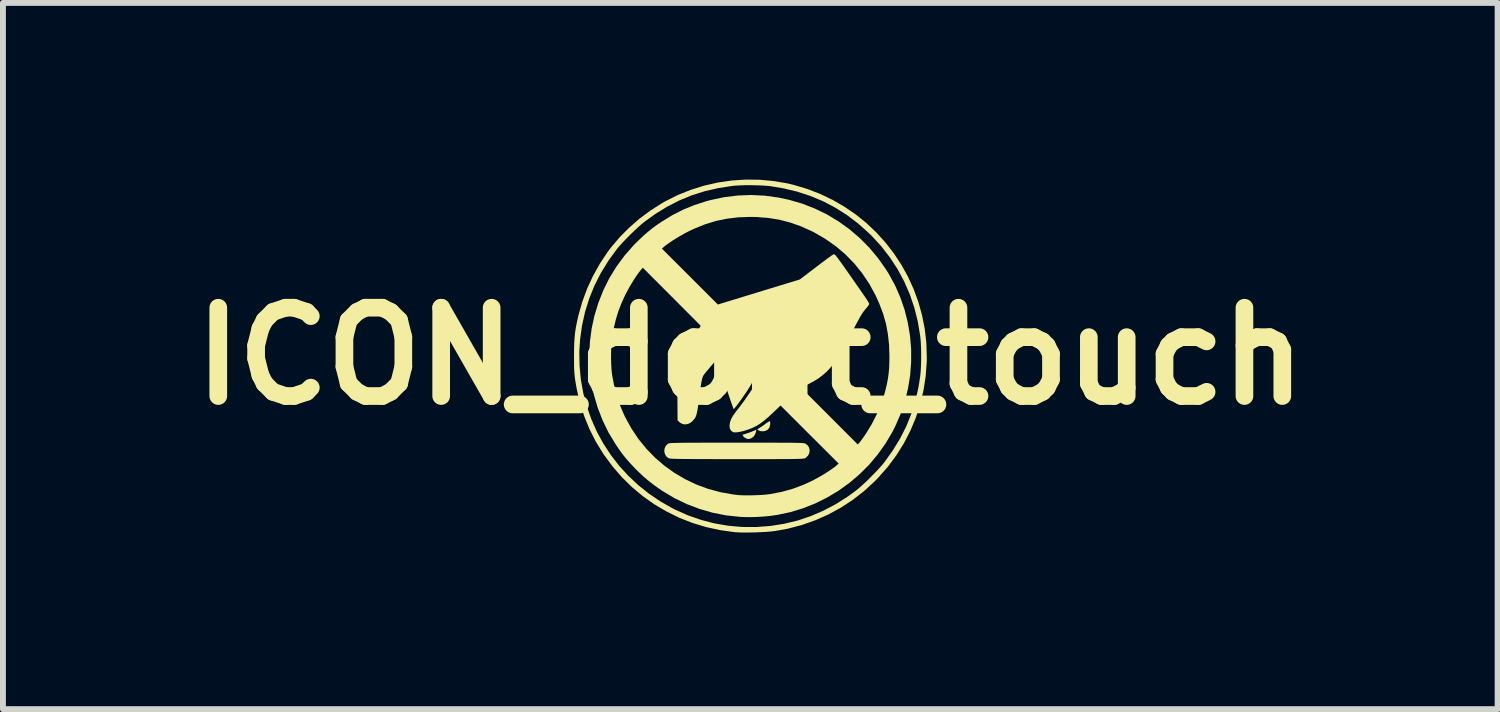
<source format=kicad_pcb>
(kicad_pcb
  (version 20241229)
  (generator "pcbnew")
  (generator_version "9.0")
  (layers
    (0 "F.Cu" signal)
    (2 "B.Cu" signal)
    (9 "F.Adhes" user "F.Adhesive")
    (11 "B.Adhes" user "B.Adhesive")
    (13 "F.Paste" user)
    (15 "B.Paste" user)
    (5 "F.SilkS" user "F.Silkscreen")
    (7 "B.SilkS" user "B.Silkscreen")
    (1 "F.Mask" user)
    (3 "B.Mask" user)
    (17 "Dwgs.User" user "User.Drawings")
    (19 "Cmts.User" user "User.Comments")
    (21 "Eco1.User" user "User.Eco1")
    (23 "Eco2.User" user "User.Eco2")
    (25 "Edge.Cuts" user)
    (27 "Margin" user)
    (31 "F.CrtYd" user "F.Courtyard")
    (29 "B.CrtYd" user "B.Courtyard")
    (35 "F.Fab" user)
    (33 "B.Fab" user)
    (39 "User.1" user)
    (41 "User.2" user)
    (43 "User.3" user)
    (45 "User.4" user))
  (footprint "ICON_dont_touch"
    (layer "F.Cu")
    (at 9.693 2.998)
    (property "Reference" "ICON_dont_touch" (at 0 0 0) (layer "F.SilkS") (effects (font (size 1.5 1.5) (thickness 0.3))))
    (attr board_only exclude_from_pos_files exclude_from_bom)
    (fp_poly (pts (xy 0.097 1.285) (xy 0.081 1.331) (xy 0.052 1.37) (xy 0.015 1.396) (xy 0.014 1.396) (xy -0.017 1.407) (xy -0.04 1.408) (xy -0.068 1.399) (xy -0.077 1.395) (xy -0.098 1.382) (xy -0.116 1.364) (xy -0.128 1.347) (xy -0.128 1.335) (xy -0.128 1.335) (xy -0.118 1.331) (xy -0.093 1.324) (xy -0.066 1.316) (xy -0.022 1.301) (xy 0.026 1.283) (xy 0.047 1.274) (xy 0.103 1.25)) (stroke (width 0) (type solid)) (fill yes) (layer "F.SilkS"))
    (fp_poly (pts (xy 0.333 1.107) (xy 0.337 1.119) (xy 0.339 1.145) (xy 0.338 1.162) (xy 0.325 1.212) (xy 0.298 1.249) (xy 0.257 1.27) (xy 0.223 1.277) (xy 0.176 1.275) (xy 0.147 1.265) (xy 0.128 1.253) (xy 0.12 1.245) (xy 0.12 1.245) (xy 0.128 1.238) (xy 0.148 1.225) (xy 0.165 1.214) (xy 0.197 1.194) (xy 0.236 1.167) (xy 0.266 1.144) (xy 0.295 1.124) (xy 0.319 1.11) (xy 0.332 1.106)) (stroke (width 0) (type solid)) (fill yes) (layer "F.SilkS"))
    (fp_poly (pts (xy -0.053 1.47) (xy 0.103 1.47) (xy 0.241 1.47) (xy 0.363 1.47) (xy 0.469 1.471) (xy 0.561 1.471) (xy 0.639 1.471) (xy 0.705 1.472) (xy 0.761 1.473) (xy 0.806 1.474) (xy 0.842 1.475) (xy 0.871 1.476) (xy 0.893 1.478) (xy 0.909 1.48) (xy 0.921 1.482) (xy 0.93 1.484) (xy 0.936 1.487) (xy 0.939 1.488) (xy 0.977 1.519) (xy 1 1.558) (xy 1.008 1.603) (xy 1.002 1.648) (xy 0.981 1.69) (xy 0.945 1.725) (xy 0.938 1.73) (xy 0.932 1.733) (xy 0.926 1.736) (xy 0.918 1.738) (xy 0.906 1.74) (xy 0.89 1.742) (xy 0.869 1.744) (xy 0.842 1.745) (xy 0.806 1.746) (xy 0.763 1.747) (xy 0.709 1.748) (xy 0.644 1.749) (xy 0.567 1.749) (xy 0.477 1.749) (xy 0.373 1.75) (xy 0.253 1.75) (xy 0.117 1.75) (xy -0.037 1.75) (xy -0.21 1.75) (xy -0.225 1.75) (xy -0.4 1.75) (xy -0.557 1.75) (xy -0.696 1.749) (xy -0.818 1.749) (xy -0.924 1.749) (xy -1.016 1.748) (xy -1.095 1.748) (xy -1.161 1.747) (xy -1.216 1.746) (xy -1.262 1.745) (xy -1.298 1.744) (xy -1.326 1.743) (xy -1.348 1.741) (xy -1.364 1.739) (xy -1.376 1.737) (xy -1.384 1.735) (xy -1.389 1.733) (xy -1.426 1.705) (xy -1.449 1.666) (xy -1.46 1.622) (xy -1.457 1.576) (xy -1.441 1.533) (xy -1.411 1.499) (xy -1.391 1.485) (xy -1.385 1.483) (xy -1.375 1.481) (xy -1.36 1.479) (xy -1.34 1.477) (xy -1.313 1.476) (xy -1.278 1.475) (xy -1.234 1.474) (xy -1.18 1.473) (xy -1.115 1.472) (xy -1.038 1.471) (xy -0.948 1.471) (xy -0.843 1.471) (xy -0.722 1.47) (xy -0.585 1.47) (xy -0.431 1.47) (xy -0.257 1.47) (xy -0.228 1.47)) (stroke (width 0) (type solid)) (fill yes) (layer "F.SilkS"))
    (fp_poly (pts (xy 0.162 -2.995) (xy 0.399 -2.973) (xy 0.633 -2.933) (xy 0.729 -2.91) (xy 0.962 -2.841) (xy 1.185 -2.755) (xy 1.399 -2.653) (xy 1.602 -2.535) (xy 1.795 -2.403) (xy 1.975 -2.257) (xy 2.143 -2.098) (xy 2.298 -1.926) (xy 2.439 -1.744) (xy 2.566 -1.551) (xy 2.678 -1.349) (xy 2.774 -1.139) (xy 2.854 -0.92) (xy 2.917 -0.695) (xy 2.963 -0.463) (xy 2.99 -0.227) (xy 2.998 0.014) (xy 2.997 0.095) (xy 2.979 0.34) (xy 2.942 0.581) (xy 2.886 0.816) (xy 2.812 1.045) (xy 2.719 1.267) (xy 2.609 1.48) (xy 2.481 1.685) (xy 2.336 1.88) (xy 2.174 2.064) (xy 2.115 2.125) (xy 1.934 2.291) (xy 1.743 2.44) (xy 1.54 2.573) (xy 1.328 2.689) (xy 1.107 2.787) (xy 0.877 2.868) (xy 0.64 2.931) (xy 0.425 2.97) (xy 0.358 2.978) (xy 0.276 2.985) (xy 0.184 2.99) (xy 0.087 2.994) (xy -0.01 2.996) (xy -0.103 2.997) (xy -0.186 2.995) (xy -0.255 2.991) (xy -0.267 2.99) (xy -0.512 2.956) (xy -0.75 2.904) (xy -0.982 2.834) (xy -1.206 2.746) (xy -1.421 2.64) (xy -1.627 2.519) (xy -1.823 2.381) (xy -2.007 2.227) (xy -2.179 2.059) (xy -2.338 1.875) (xy -2.484 1.678) (xy -2.501 1.653) (xy -2.626 1.448) (xy -2.732 1.238) (xy -2.821 1.02) (xy -2.893 0.793) (xy -2.948 0.557) (xy -2.972 0.42) (xy -2.979 0.371) (xy -2.984 0.326) (xy -2.988 0.28) (xy -2.991 0.23) (xy -2.993 0.172) (xy -2.993 0.102) (xy -2.994 0.016) (xy -2.994 0) (xy -2.993 -0.075) (xy -2.904 -0.075) (xy -2.9 0.163) (xy -2.878 0.398) (xy -2.837 0.628) (xy -2.777 0.853) (xy -2.7 1.071) (xy -2.607 1.282) (xy -2.496 1.485) (xy -2.37 1.678) (xy -2.229 1.861) (xy -2.072 2.033) (xy -1.902 2.192) (xy -1.718 2.339) (xy -1.521 2.472) (xy -1.312 2.59) (xy -1.28 2.606) (xy -1.063 2.703) (xy -0.839 2.781) (xy -0.61 2.841) (xy -0.377 2.881) (xy -0.14 2.902) (xy 0.1 2.903) (xy 0.341 2.885) (xy 0.575 2.848) (xy 0.804 2.793) (xy 1.026 2.718) (xy 1.243 2.625) (xy 1.455 2.513) (xy 1.662 2.381) (xy 1.8 2.28) (xy 1.85 2.238) (xy 1.91 2.185) (xy 1.976 2.124) (xy 2.044 2.057) (xy 2.111 1.988) (xy 2.174 1.922) (xy 2.23 1.86) (xy 2.274 1.807) (xy 2.279 1.8) (xy 2.422 1.6) (xy 2.546 1.397) (xy 2.651 1.189) (xy 2.737 0.975) (xy 2.806 0.753) (xy 2.858 0.522) (xy 2.886 0.343) (xy 2.894 0.262) (xy 2.899 0.166) (xy 2.902 0.061) (xy 2.902 -0.046) (xy 2.9 -0.152) (xy 2.895 -0.249) (xy 2.887 -0.333) (xy 2.886 -0.343) (xy 2.845 -0.587) (xy 2.786 -0.822) (xy 2.709 -1.049) (xy 2.614 -1.267) (xy 2.502 -1.476) (xy 2.372 -1.675) (xy 2.225 -1.865) (xy 2.06 -2.044) (xy 2.015 -2.088) (xy 1.834 -2.25) (xy 1.644 -2.394) (xy 1.444 -2.521) (xy 1.236 -2.63) (xy 1.018 -2.721) (xy 0.791 -2.795) (xy 0.553 -2.851) (xy 0.34 -2.886) (xy 0.27 -2.893) (xy 0.186 -2.898) (xy 0.092 -2.901) (xy -0.005 -2.903) (xy -0.102 -2.902) (xy -0.191 -2.899) (xy -0.269 -2.894) (xy -0.3 -2.891) (xy -0.541 -2.854) (xy -0.772 -2.801) (xy -0.993 -2.731) (xy -1.207 -2.643) (xy -1.414 -2.537) (xy -1.616 -2.412) (xy -1.8 -2.279) (xy -1.849 -2.239) (xy -1.907 -2.187) (xy -1.972 -2.127) (xy -2.039 -2.062) (xy -2.105 -1.995) (xy -2.166 -1.931) (xy -2.22 -1.872) (xy -2.262 -1.823) (xy -2.264 -1.82) (xy -2.41 -1.62) (xy -2.537 -1.413) (xy -2.646 -1.199) (xy -2.735 -0.979) (xy -2.806 -0.752) (xy -2.858 -0.519) (xy -2.891 -0.281) (xy -2.904 -0.075) (xy -2.993 -0.075) (xy -2.993 -0.119) (xy -2.99 -0.222) (xy -2.984 -0.315) (xy -2.975 -0.403) (xy -2.962 -0.489) (xy -2.944 -0.579) (xy -2.922 -0.678) (xy -2.918 -0.695) (xy -2.854 -0.921) (xy -2.772 -1.144) (xy -2.672 -1.36) (xy -2.556 -1.568) (xy -2.426 -1.765) (xy -2.366 -1.844) (xy -2.221 -2.016) (xy -2.058 -2.18) (xy -1.883 -2.333) (xy -1.696 -2.472) (xy -1.502 -2.596) (xy -1.444 -2.629) (xy -1.231 -2.736) (xy -1.01 -2.824) (xy -0.783 -2.895) (xy -0.551 -2.948) (xy -0.315 -2.982) (xy -0.077 -2.998)) (stroke (width 0) (type solid)) (fill yes) (layer "F.SilkS"))
    (fp_poly (pts (xy 0.245 -2.725) (xy 0.476 -2.693) (xy 0.66 -2.654) (xy 0.883 -2.589) (xy 1.098 -2.505) (xy 1.304 -2.405) (xy 1.5 -2.287) (xy 1.686 -2.153) (xy 1.86 -2.004) (xy 2.023 -1.84) (xy 2.172 -1.661) (xy 2.307 -1.469) (xy 2.35 -1.4) (xy 2.459 -1.201) (xy 2.549 -0.995) (xy 2.622 -0.783) (xy 2.676 -0.565) (xy 2.713 -0.344) (xy 2.732 -0.121) (xy 2.732 0.103) (xy 2.715 0.327) (xy 2.679 0.549) (xy 2.625 0.768) (xy 2.553 0.982) (xy 2.463 1.19) (xy 2.414 1.287) (xy 2.297 1.485) (xy 2.164 1.671) (xy 2.018 1.845) (xy 1.858 2.005) (xy 1.685 2.152) (xy 1.502 2.284) (xy 1.309 2.4) (xy 1.107 2.501) (xy 0.897 2.584) (xy 0.681 2.65) (xy 0.459 2.697) (xy 0.34 2.714) (xy 0.228 2.725) (xy 0.109 2.732) (xy -0.01 2.735) (xy -0.121 2.733) (xy -0.18 2.73) (xy -0.412 2.705) (xy -0.639 2.66) (xy -0.862 2.596) (xy -1.077 2.514) (xy -1.285 2.414) (xy -1.483 2.296) (xy -1.505 2.282) (xy -1.62 2.202) (xy -1.723 2.123) (xy -1.82 2.04) (xy -1.918 1.947) (xy -1.961 1.904) (xy -2.035 1.825) (xy -2.1 1.752) (xy -2.159 1.68) (xy -2.216 1.602) (xy -2.277 1.513) (xy -2.292 1.49) (xy -2.41 1.294) (xy -2.509 1.09) (xy -2.591 0.878) (xy -2.655 0.661) (xy -2.7 0.439) (xy -2.727 0.213) (xy -2.733 0.039) (xy -2.365 0.039) (xy -2.362 0.145) (xy -2.356 0.242) (xy -2.347 0.32) (xy -2.311 0.509) (xy -2.265 0.686) (xy -2.205 0.856) (xy -2.131 1.025) (xy -2.126 1.035) (xy -2.021 1.226) (xy -1.901 1.406) (xy -1.767 1.571) (xy -1.619 1.724) (xy -1.459 1.861) (xy -1.288 1.984) (xy -1.106 2.091) (xy -0.914 2.182) (xy -0.714 2.256) (xy -0.505 2.312) (xy -0.29 2.35) (xy -0.207 2.36) (xy -0.145 2.364) (xy -0.068 2.365) (xy 0.017 2.365) (xy 0.105 2.362) (xy 0.191 2.358) (xy 0.268 2.352) (xy 0.33 2.345) (xy 0.533 2.306) (xy 0.727 2.252) (xy 0.916 2.18) (xy 1.035 2.125) (xy 1.105 2.089) (xy 1.18 2.047) (xy 1.255 2.003) (xy 1.326 1.958) (xy 1.389 1.915) (xy 1.441 1.877) (xy 1.463 1.859) (xy 1.501 1.825) (xy 1.007 1.332) (xy 0.514 0.839) (xy 0.377 0.97) (xy 0.299 1.042) (xy 0.229 1.101) (xy 0.164 1.149) (xy 0.101 1.188) (xy 0.037 1.219) (xy -0.032 1.246) (xy -0.05 1.252) (xy -0.117 1.273) (xy -0.179 1.287) (xy -0.232 1.295) (xy -0.273 1.295) (xy -0.292 1.291) (xy -0.326 1.268) (xy -0.347 1.231) (xy -0.353 1.183) (xy -0.353 1.18) (xy -0.345 1.126) (xy -0.326 1.071) (xy -0.293 1.012) (xy -0.246 0.946) (xy -0.231 0.927) (xy -0.185 0.868) (xy -0.138 0.805) (xy -0.091 0.741) (xy -0.046 0.676) (xy -0.004 0.615) (xy 0.033 0.559) (xy 0.063 0.51) (xy 0.085 0.471) (xy 0.098 0.444) (xy 0.1 0.434) (xy 0.093 0.419) (xy 0.082 0.407) (xy 0.074 0.402) (xy 0.066 0.402) (xy 0.056 0.412) (xy 0.042 0.433) (xy 0.022 0.467) (xy 0.007 0.493) (xy -0.016 0.531) (xy -0.045 0.577) (xy -0.078 0.627) (xy -0.114 0.679) (xy -0.15 0.731) (xy -0.186 0.78) (xy -0.218 0.824) (xy -0.246 0.86) (xy -0.268 0.886) (xy -0.281 0.898) (xy -0.284 0.899) (xy -0.288 0.889) (xy -0.297 0.862) (xy -0.312 0.822) (xy -0.33 0.77) (xy -0.351 0.709) (xy -0.374 0.641) (xy -0.374 0.64) (xy -0.403 0.555) (xy -0.426 0.485) (xy -0.443 0.428) (xy -0.454 0.381) (xy -0.46 0.339) (xy -0.46 0.3) (xy -0.456 0.261) (xy -0.447 0.219) (xy -0.433 0.17) (xy -0.415 0.111) (xy -0.369 -0.042) (xy -0.396 -0.071) (xy -0.415 -0.089) (xy -0.428 -0.099) (xy -0.43 -0.1) (xy -0.438 -0.093) (xy -0.457 -0.073) (xy -0.484 -0.042) (xy -0.518 -0.003) (xy -0.557 0.042) (xy -0.598 0.09) (xy -0.64 0.138) (xy -0.681 0.186) (xy -0.717 0.23) (xy -0.749 0.267) (xy -0.772 0.296) (xy -0.786 0.314) (xy -0.786 0.314) (xy -0.797 0.331) (xy -0.806 0.349) (xy -0.814 0.371) (xy -0.821 0.399) (xy -0.829 0.435) (xy -0.837 0.483) (xy -0.846 0.544) (xy -0.856 0.62) (xy -0.865 0.689) (xy -0.877 0.779) (xy -0.888 0.852) (xy -0.896 0.909) (xy -0.905 0.954) (xy -0.913 0.989) (xy -0.922 1.016) (xy -0.931 1.038) (xy -0.943 1.057) (xy -0.955 1.074) (xy -0.998 1.119) (xy -1.046 1.148) (xy -1.095 1.16) (xy -1.143 1.156) (xy -1.187 1.135) (xy -1.198 1.126) (xy -1.235 1.092) (xy -1.238 0.676) (xy -1.238 0.567) (xy -1.238 0.47) (xy -1.238 0.387) (xy -1.236 0.32) (xy -1.235 0.268) (xy -1.232 0.235) (xy -1.231 0.222) (xy -1.224 0.205) (xy -1.208 0.173) (xy -1.185 0.127) (xy -1.156 0.071) (xy -1.122 0.005) (xy -1.083 -0.068) (xy -1.042 -0.145) (xy -1.031 -0.165) (xy -0.842 -0.515) (xy -1.333 -1.008) (xy -1.825 -1.501) (xy -1.859 -1.463) (xy -1.893 -1.42) (xy -1.933 -1.364) (xy -1.977 -1.297) (xy -2.022 -1.224) (xy -2.065 -1.149) (xy -2.105 -1.075) (xy -2.126 -1.035) (xy -2.188 -0.898) (xy -2.24 -0.765) (xy -2.282 -0.628) (xy -2.317 -0.483) (xy -2.341 -0.354) (xy -2.352 -0.271) (xy -2.36 -0.174) (xy -2.364 -0.069) (xy -2.365 0.039) (xy -2.733 0.039) (xy -2.735 -0.014) (xy -2.724 -0.242) (xy -2.694 -0.469) (xy -2.65 -0.675) (xy -2.582 -0.9) (xy -2.497 -1.116) (xy -2.395 -1.322) (xy -2.274 -1.519) (xy -2.137 -1.705) (xy -2.032 -1.825) (xy -1.501 -1.825) (xy -1.026 -1.351) (xy -0.551 -0.876) (xy 0.145 -1.089) (xy 0.842 -1.302) (xy 1.123 -1.516) (xy 1.188 -1.566) (xy 1.249 -1.611) (xy 1.303 -1.652) (xy 1.349 -1.685) (xy 1.384 -1.71) (xy 1.407 -1.725) (xy 1.416 -1.73) (xy 1.421 -1.73) (xy 1.427 -1.728) (xy 1.433 -1.724) (xy 1.442 -1.717) (xy 1.453 -1.705) (xy 1.467 -1.688) (xy 1.486 -1.664) (xy 1.508 -1.633) (xy 1.537 -1.594) (xy 1.572 -1.546) (xy 1.613 -1.487) (xy 1.662 -1.417) (xy 1.72 -1.334) (xy 1.787 -1.238) (xy 1.864 -1.128) (xy 1.951 -1.002) (xy 1.957 -0.994) (xy 1.982 -0.955) (xy 2.003 -0.922) (xy 2.016 -0.897) (xy 2.02 -0.886) (xy 2.014 -0.871) (xy 1.997 -0.847) (xy 1.976 -0.821) (xy 1.953 -0.794) (xy 1.932 -0.768) (xy 1.911 -0.739) (xy 1.889 -0.705) (xy 1.865 -0.665) (xy 1.838 -0.616) (xy 1.805 -0.555) (xy 1.766 -0.481) (xy 1.727 -0.406) (xy 1.67 -0.297) (xy 1.621 -0.204) (xy 1.577 -0.124) (xy 1.538 -0.055) (xy 1.502 0.004) (xy 1.467 0.057) (xy 1.433 0.105) (xy 1.398 0.151) (xy 1.36 0.197) (xy 1.346 0.214) (xy 1.292 0.269) (xy 1.228 0.325) (xy 1.159 0.377) (xy 1.093 0.419) (xy 1.074 0.43) (xy 1.028 0.454) (xy 0.977 0.482) (xy 0.937 0.504) (xy 0.868 0.543) (xy 1.347 1.022) (xy 1.825 1.501) (xy 1.859 1.463) (xy 1.877 1.441) (xy 1.902 1.406) (xy 1.933 1.363) (xy 1.965 1.316) (xy 1.972 1.305) (xy 2.063 1.155) (xy 2.146 0.992) (xy 2.217 0.823) (xy 2.275 0.654) (xy 2.295 0.58) (xy 2.32 0.476) (xy 2.338 0.38) (xy 2.351 0.286) (xy 2.359 0.189) (xy 2.362 0.081) (xy 2.363 0.005) (xy 2.357 -0.191) (xy 2.337 -0.375) (xy 2.304 -0.551) (xy 2.255 -0.722) (xy 2.19 -0.894) (xy 2.126 -1.035) (xy 2.02 -1.229) (xy 1.899 -1.409) (xy 1.764 -1.576) (xy 1.614 -1.729) (xy 1.45 -1.868) (xy 1.273 -1.992) (xy 1.083 -2.102) (xy 1.035 -2.126) (xy 0.853 -2.207) (xy 0.672 -2.27) (xy 0.49 -2.317) (xy 0.302 -2.347) (xy 0.105 -2.362) (xy 0 -2.364) (xy -0.202 -2.357) (xy -0.394 -2.334) (xy -0.579 -2.296) (xy -0.761 -2.241) (xy -0.943 -2.168) (xy -1.035 -2.125) (xy -1.105 -2.089) (xy -1.18 -2.047) (xy -1.255 -2.003) (xy -1.326 -1.958) (xy -1.389 -1.915) (xy -1.441 -1.877) (xy -1.463 -1.859) (xy -1.501 -1.825) (xy -2.032 -1.825) (xy -1.983 -1.881) (xy -1.904 -1.96) (xy -1.819 -2.04) (xy -1.74 -2.109) (xy -1.663 -2.172) (xy -1.58 -2.232) (xy -1.507 -2.281) (xy -1.325 -2.393) (xy -1.141 -2.487) (xy -0.95 -2.565) (xy -0.749 -2.63) (xy -0.675 -2.65) (xy -0.446 -2.699) (xy -0.216 -2.727) (xy 0.014 -2.736)) (stroke (width 0) (type solid)) (fill yes) (layer "F.SilkS")))
  (gr_rect
    (start -3 -3)
    (end 22.386 8.994)
    (stroke (width 0.1) (type default))
    (fill no)
    (layer "Edge.Cuts")))
</source>
